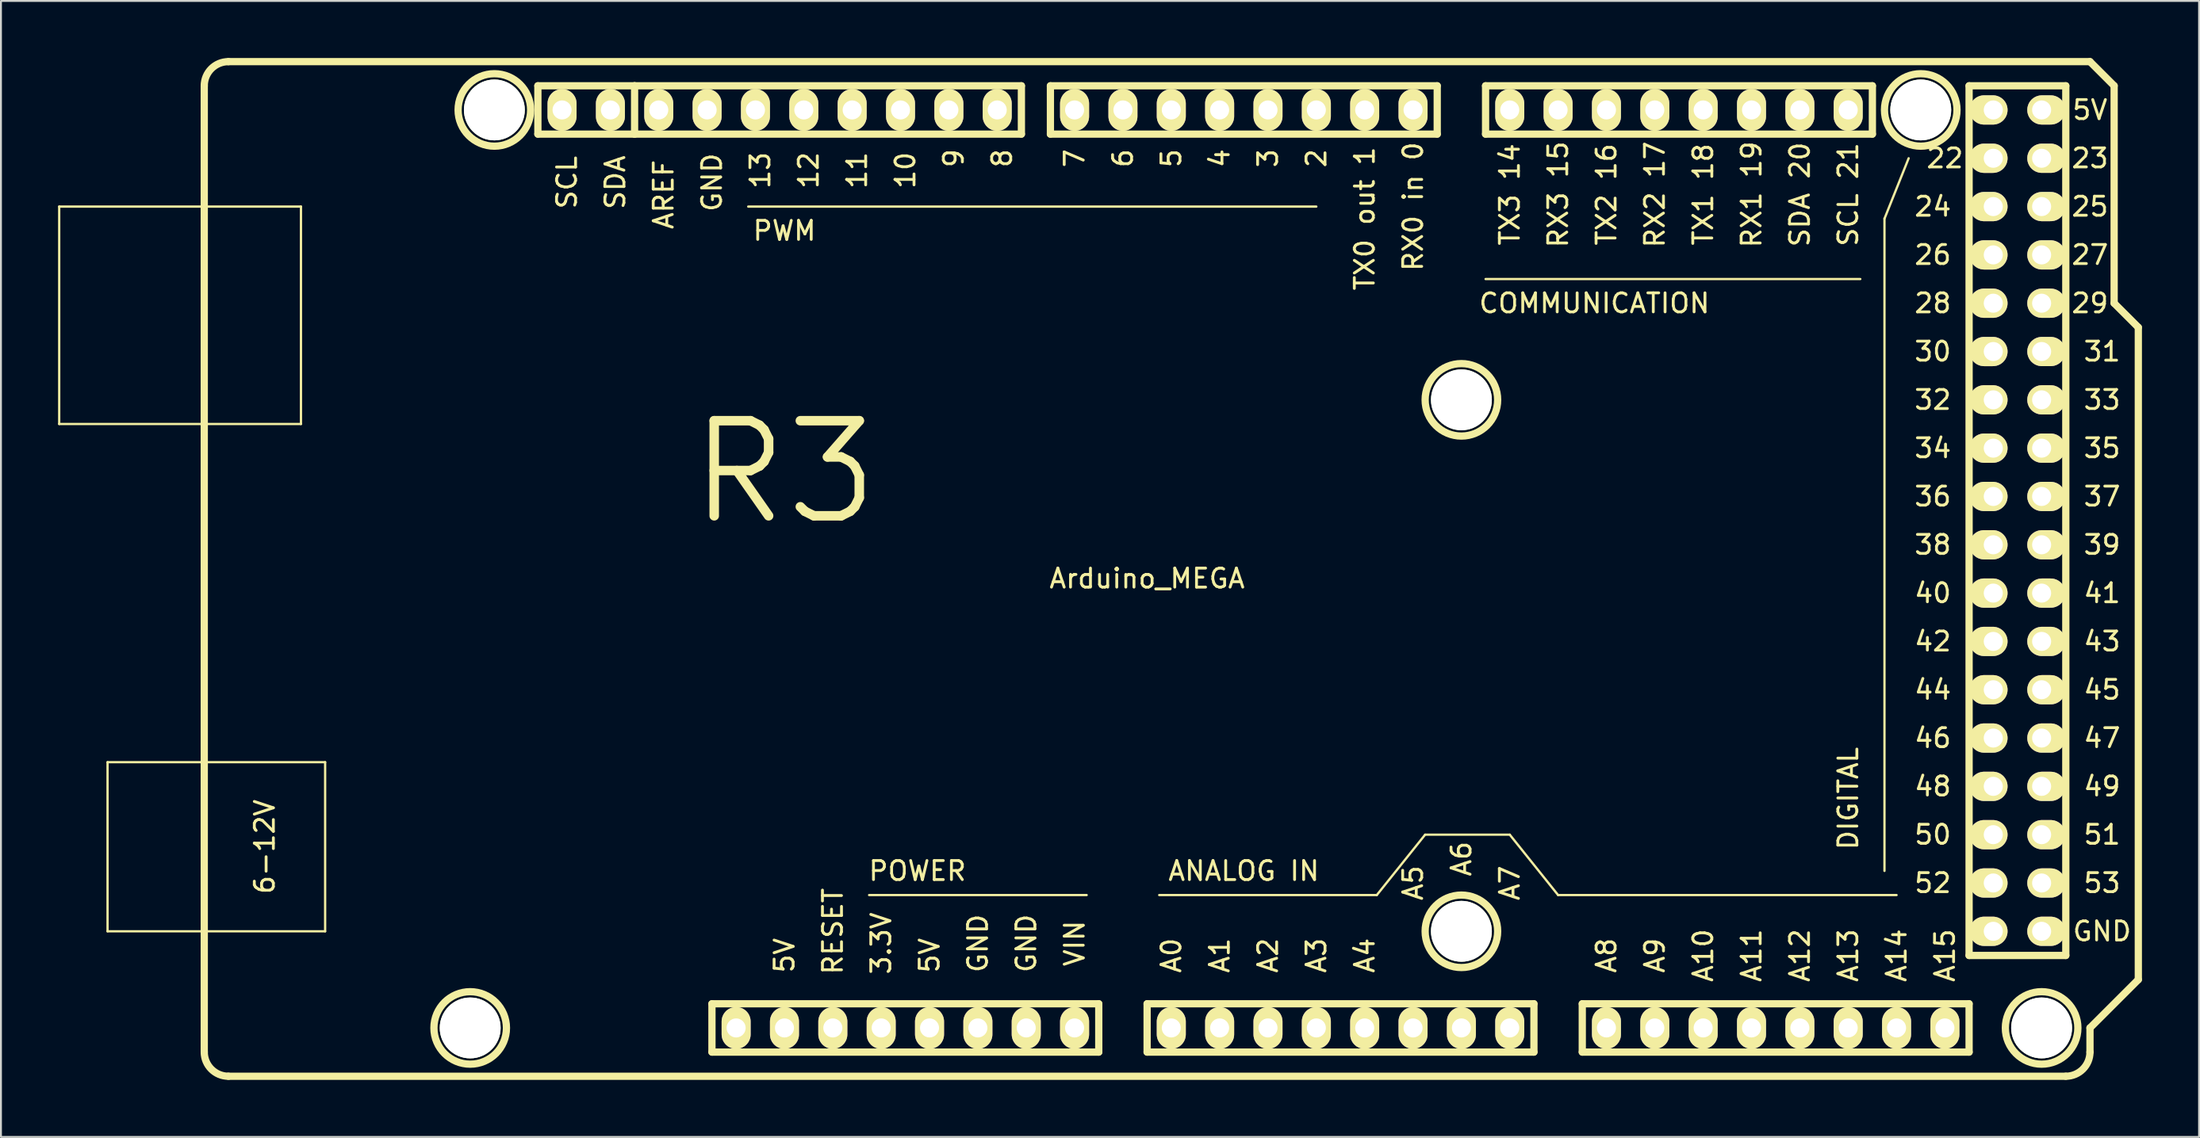
<source format=kicad_pcb>
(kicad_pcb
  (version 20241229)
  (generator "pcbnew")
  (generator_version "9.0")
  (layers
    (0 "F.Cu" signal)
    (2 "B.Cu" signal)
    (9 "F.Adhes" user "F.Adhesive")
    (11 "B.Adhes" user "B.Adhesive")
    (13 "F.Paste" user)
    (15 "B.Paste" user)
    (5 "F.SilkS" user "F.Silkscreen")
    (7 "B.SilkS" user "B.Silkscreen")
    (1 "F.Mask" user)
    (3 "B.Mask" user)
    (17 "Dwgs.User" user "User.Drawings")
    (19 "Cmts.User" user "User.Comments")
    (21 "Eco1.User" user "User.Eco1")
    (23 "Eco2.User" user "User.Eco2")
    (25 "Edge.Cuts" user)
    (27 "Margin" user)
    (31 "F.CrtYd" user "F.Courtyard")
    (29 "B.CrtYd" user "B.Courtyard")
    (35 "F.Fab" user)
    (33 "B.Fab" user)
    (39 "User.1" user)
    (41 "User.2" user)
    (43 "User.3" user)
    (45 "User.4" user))
  (footprint "Arduino_MEGA"
    (layer "F.Cu")
    (at 57.21 26.86)
    (property "Reference" "Arduino_MEGA" (at 0 0.5 0) (layer "F.SilkS") (effects (font (size 1 1) (thickness 0.15))))
    (attr through_hole)
    (fp_line (start -57.15 -19.05) (end -44.45 -19.05) (stroke (width 0.12) (type solid)) (layer "F.SilkS"))
    (fp_line (start -57.15 -7.62) (end -57.15 -19.05) (stroke (width 0.12) (type solid)) (layer "F.SilkS"))
    (fp_line (start -54.61 10.16) (end -43.18 10.16) (stroke (width 0.12) (type solid)) (layer "F.SilkS"))
    (fp_line (start -54.61 19.05) (end -54.61 10.16) (stroke (width 0.12) (type solid)) (layer "F.SilkS"))
    (fp_line (start -49.53 25.4) (end -49.53 -25.4) (stroke (width 0.381) (type solid)) (layer "F.SilkS"))
    (fp_line (start -48.26 -26.67) (end 49.53 -26.67) (stroke (width 0.381) (type solid)) (layer "F.SilkS"))
    (fp_line (start -48.26 26.67) (end 48.26 26.67) (stroke (width 0.381) (type solid)) (layer "F.SilkS"))
    (fp_line (start -44.45 -19.05) (end -44.45 -7.62) (stroke (width 0.12) (type solid)) (layer "F.SilkS"))
    (fp_line (start -44.45 -7.62) (end -57.15 -7.62) (stroke (width 0.12) (type solid)) (layer "F.SilkS"))
    (fp_line (start -43.18 10.16) (end -43.18 19.05) (stroke (width 0.12) (type solid)) (layer "F.SilkS"))
    (fp_line (start -43.18 19.05) (end -54.61 19.05) (stroke (width 0.12) (type solid)) (layer "F.SilkS"))
    (fp_line (start -32.004 -25.4) (end -32.004 -22.86) (stroke (width 0.381) (type solid)) (layer "F.SilkS"))
    (fp_line (start -32.004 -22.86) (end -26.924 -22.86) (stroke (width 0.381) (type solid)) (layer "F.SilkS"))
    (fp_line (start -26.924 -25.4) (end -32.004 -25.4) (stroke (width 0.381) (type solid)) (layer "F.SilkS"))
    (fp_line (start -26.924 -22.86) (end -26.924 -25.4) (stroke (width 0.381) (type solid)) (layer "F.SilkS"))
    (fp_line (start -22.86 25.4) (end -22.86 22.86) (stroke (width 0.381) (type solid)) (layer "F.SilkS"))
    (fp_line (start -22.86 25.4) (end -2.54 25.4) (stroke (width 0.381) (type solid)) (layer "F.SilkS"))
    (fp_line (start -14.605 17.145) (end -3.175 17.145) (stroke (width 0.12) (type solid)) (layer "F.SilkS"))
    (fp_line (start -6.604 -25.4) (end -26.924 -25.4) (stroke (width 0.381) (type solid)) (layer "F.SilkS"))
    (fp_line (start -6.604 -22.86) (end -26.924 -22.86) (stroke (width 0.381) (type solid)) (layer "F.SilkS"))
    (fp_line (start -6.604 -22.86) (end -6.604 -25.4) (stroke (width 0.381) (type solid)) (layer "F.SilkS"))
    (fp_line (start -5.08 -25.4) (end 15.24 -25.4) (stroke (width 0.381) (type solid)) (layer "F.SilkS"))
    (fp_line (start -5.08 -22.86) (end -5.08 -25.4) (stroke (width 0.381) (type solid)) (layer "F.SilkS"))
    (fp_line (start -2.54 22.86) (end -22.86 22.86) (stroke (width 0.381) (type solid)) (layer "F.SilkS"))
    (fp_line (start -2.54 22.86) (end -2.54 25.4) (stroke (width 0.381) (type solid)) (layer "F.SilkS"))
    (fp_line (start 0 22.86) (end 0 25.4) (stroke (width 0.381) (type solid)) (layer "F.SilkS"))
    (fp_line (start 0 25.4) (end 20.32 25.4) (stroke (width 0.381) (type solid)) (layer "F.SilkS"))
    (fp_line (start 0.635 17.145) (end 12.065 17.145) (stroke (width 0.12) (type solid)) (layer "F.SilkS"))
    (fp_line (start 8.89 -19.05) (end -20.955 -19.05) (stroke (width 0.12) (type solid)) (layer "F.SilkS"))
    (fp_line (start 12.065 17.145) (end 14.605 13.97) (stroke (width 0.12) (type solid)) (layer "F.SilkS"))
    (fp_line (start 14.605 13.97) (end 19.05 13.97) (stroke (width 0.12) (type solid)) (layer "F.SilkS"))
    (fp_line (start 15.24 -25.4) (end 15.24 -22.86) (stroke (width 0.381) (type solid)) (layer "F.SilkS"))
    (fp_line (start 15.24 -22.86) (end -5.08 -22.86) (stroke (width 0.381) (type solid)) (layer "F.SilkS"))
    (fp_line (start 17.78 -25.4) (end 17.78 -22.86) (stroke (width 0.381) (type solid)) (layer "F.SilkS"))
    (fp_line (start 17.78 -22.86) (end 38.1 -22.86) (stroke (width 0.381) (type solid)) (layer "F.SilkS"))
    (fp_line (start 17.78 -15.24) (end 37.465 -15.24) (stroke (width 0.12) (type solid)) (layer "F.SilkS"))
    (fp_line (start 19.05 13.97) (end 21.59 17.145) (stroke (width 0.12) (type solid)) (layer "F.SilkS"))
    (fp_line (start 20.32 22.86) (end 0 22.86) (stroke (width 0.381) (type solid)) (layer "F.SilkS"))
    (fp_line (start 20.32 25.4) (end 20.32 22.86) (stroke (width 0.381) (type solid)) (layer "F.SilkS"))
    (fp_line (start 21.59 17.145) (end 39.37 17.145) (stroke (width 0.12) (type solid)) (layer "F.SilkS"))
    (fp_line (start 22.86 22.86) (end 43.18 22.86) (stroke (width 0.381) (type solid)) (layer "F.SilkS"))
    (fp_line (start 22.86 25.4) (end 22.86 22.86) (stroke (width 0.381) (type solid)) (layer "F.SilkS"))
    (fp_line (start 38.1 -25.4) (end 17.78 -25.4) (stroke (width 0.381) (type solid)) (layer "F.SilkS"))
    (fp_line (start 38.1 -22.86) (end 38.1 -25.4) (stroke (width 0.381) (type solid)) (layer "F.SilkS"))
    (fp_line (start 38.735 15.875) (end 38.735 -18.415) (stroke (width 0.12) (type solid)) (layer "F.SilkS"))
    (fp_line (start 40.005 -21.59) (end 38.735 -18.415) (stroke (width 0.12) (type solid)) (layer "F.SilkS"))
    (fp_line (start 43.18 -25.4) (end 43.18 20.32) (stroke (width 0.381) (type solid)) (layer "F.SilkS"))
    (fp_line (start 43.18 20.32) (end 48.26 20.32) (stroke (width 0.381) (type solid)) (layer "F.SilkS"))
    (fp_line (start 43.18 22.86) (end 43.18 25.4) (stroke (width 0.381) (type solid)) (layer "F.SilkS"))
    (fp_line (start 43.18 25.4) (end 22.86 25.4) (stroke (width 0.381) (type solid)) (layer "F.SilkS"))
    (fp_line (start 48.26 -25.4) (end 43.18 -25.4) (stroke (width 0.381) (type solid)) (layer "F.SilkS"))
    (fp_line (start 48.26 20.32) (end 48.26 -25.4) (stroke (width 0.381) (type solid)) (layer "F.SilkS"))
    (fp_line (start 49.53 -26.67) (end 50.8 -25.4) (stroke (width 0.381) (type solid)) (layer "F.SilkS"))
    (fp_line (start 49.53 24.13) (end 49.53 25.4) (stroke (width 0.381) (type solid)) (layer "F.SilkS"))
    (fp_line (start 50.8 -25.4) (end 50.8 -13.97) (stroke (width 0.381) (type solid)) (layer "F.SilkS"))
    (fp_line (start 50.8 -13.97) (end 52.07 -12.7) (stroke (width 0.381) (type solid)) (layer "F.SilkS"))
    (fp_line (start 52.07 -12.7) (end 52.07 21.59) (stroke (width 0.381) (type solid)) (layer "F.SilkS"))
    (fp_line (start 52.07 21.59) (end 49.53 24.13) (stroke (width 0.381) (type solid)) (layer "F.SilkS"))
    (fp_arc (start -49.53 -25.4) (mid -49.158026 -26.298026) (end -48.26 -26.67) (stroke (width 0.381) (type solid)) (layer "F.SilkS"))
    (fp_arc (start -48.26 26.67) (mid -49.158026 26.298026) (end -49.53 25.4) (stroke (width 0.381) (type solid)) (layer "F.SilkS"))
    (fp_arc (start 49.53 25.4) (mid 49.158026 26.298026) (end 48.26 26.67) (stroke (width 0.381) (type solid)) (layer "F.SilkS"))
    (fp_circle (center -35.56 24.13) (end -33.655 24.13) (stroke (width 0.381) (type solid)) (fill no) (layer "F.SilkS"))
    (fp_circle (center -34.29 -24.13) (end -32.385 -24.13) (stroke (width 0.381) (type solid)) (fill no) (layer "F.SilkS"))
    (fp_circle (center 16.51 -8.89) (end 18.415 -8.89) (stroke (width 0.381) (type solid)) (fill no) (layer "F.SilkS"))
    (fp_circle (center 16.51 19.05) (end 18.415 19.05) (stroke (width 0.381) (type solid)) (fill no) (layer "F.SilkS"))
    (fp_circle (center 40.64 -24.13) (end 42.545 -24.13) (stroke (width 0.381) (type solid)) (fill no) (layer "F.SilkS"))
    (fp_circle (center 46.99 24.13) (end 48.895 24.13) (stroke (width 0.381) (type solid)) (fill no) (layer "F.SilkS"))
    (fp_text user "37" (at 50.165 -3.81 0) (layer "F.SilkS") (effects (font (size 1 1) (thickness 0.15))))
    (fp_text user "13" (at -20.32 -20.955 90) (layer "F.SilkS") (effects (font (size 1 1) (thickness 0.15))))
    (fp_text user "RESET" (at -16.51 19.05 90) (layer "F.SilkS") (effects (font (size 1 1) (thickness 0.15))))
    (fp_text user "49" (at 50.165 11.43 0) (layer "F.SilkS") (effects (font (size 1 1) (thickness 0.15))))
    (fp_text user "5V" (at -19.05 20.32 90) (layer "F.SilkS") (effects (font (size 1 1) (thickness 0.15))))
    (fp_text user "6" (at -1.27 -21.59 90) (layer "F.SilkS") (effects (font (size 1 1) (thickness 0.15))))
    (fp_text user "10" (at -12.7 -20.955 90) (layer "F.SilkS") (effects (font (size 1 1) (thickness 0.15))))
    (fp_text user "ANALOG IN" (at 5.08 15.875 0) (layer "F.SilkS") (effects (font (size 1 1) (thickness 0.15))))
    (fp_text user "TX3 14" (at 19.05 -19.685 90) (layer "F.SilkS") (effects (font (size 1 1) (thickness 0.15))))
    (fp_text user "24" (at 41.275 -19.05 0) (layer "F.SilkS") (effects (font (size 1 1) (thickness 0.15))))
    (fp_text user "DIGITAL" (at 36.83 12.065 90) (layer "F.SilkS") (effects (font (size 1 1) (thickness 0.15))))
    (fp_text user "51" (at 50.165 13.97 0) (layer "F.SilkS") (effects (font (size 1 1) (thickness 0.15))))
    (fp_text user "36" (at 41.275 -3.81 0) (layer "F.SilkS") (effects (font (size 1 1) (thickness 0.15))))
    (fp_text user "30" (at 41.275 -11.43 0) (layer "F.SilkS") (effects (font (size 1 1) (thickness 0.15))))
    (fp_text user "A10" (at 29.21 20.32 90) (layer "F.SilkS") (effects (font (size 1 1) (thickness 0.15))))
    (fp_text user "RX3 15" (at 21.59 -19.685 90) (layer "F.SilkS") (effects (font (size 1 1) (thickness 0.15))))
    (fp_text user "A5" (at 13.97 16.51 90) (layer "F.SilkS") (effects (font (size 1 1) (thickness 0.15))))
    (fp_text user "52" (at 41.275 16.51 0) (layer "F.SilkS") (effects (font (size 1 1) (thickness 0.15))))
    (fp_text user "A14" (at 39.37 20.32 90) (layer "F.SilkS") (effects (font (size 1 1) (thickness 0.15))))
    (fp_text user "9" (at -10.16 -21.59 90) (layer "F.SilkS") (effects (font (size 1 1) (thickness 0.15))))
    (fp_text user "SDA 20" (at 34.29 -19.685 90) (layer "F.SilkS") (effects (font (size 1 1) (thickness 0.15))))
    (fp_text user "48" (at 41.275 11.43 0) (layer "F.SilkS") (effects (font (size 1 1) (thickness 0.15))))
    (fp_text user "A11" (at 31.75 20.32 90) (layer "F.SilkS") (effects (font (size 1 1) (thickness 0.15))))
    (fp_text user "11" (at -15.24 -20.955 90) (layer "F.SilkS") (effects (font (size 1 1) (thickness 0.15))))
    (fp_text user "AREF" (at -25.4 -19.685 90) (layer "F.SilkS") (effects (font (size 1 1) (thickness 0.15))))
    (fp_text user "26" (at 41.275 -16.51 0) (layer "F.SilkS") (effects (font (size 1 1) (thickness 0.15))))
    (fp_text user "A4" (at 11.43 20.32 90) (layer "F.SilkS") (effects (font (size 1 1) (thickness 0.15))))
    (fp_text user "3" (at 6.35 -21.59 90) (layer "F.SilkS") (effects (font (size 1 1) (thickness 0.15))))
    (fp_text user "COMMUNICATION" (at 23.495 -13.97 0) (layer "F.SilkS") (effects (font (size 1 1) (thickness 0.15))))
    (fp_text user "TX2 16" (at 24.13 -19.685 90) (layer "F.SilkS") (effects (font (size 1 1) (thickness 0.15))))
    (fp_text user "PWM" (at -19.05 -17.78 0) (layer "F.SilkS") (effects (font (size 1 1) (thickness 0.15))))
    (fp_text user "3.3V" (at -13.97 19.685 90) (layer "F.SilkS") (effects (font (size 1 1) (thickness 0.15))))
    (fp_text user "53" (at 50.165 16.51 0) (layer "F.SilkS") (effects (font (size 1 1) (thickness 0.15))))
    (fp_text user "40" (at 41.275 1.27 0) (layer "F.SilkS") (effects (font (size 1 1) (thickness 0.15))))
    (fp_text user "SCL" (at -30.48 -20.32 90) (layer "F.SilkS") (effects (font (size 1 1) (thickness 0.15))))
    (fp_text user "TX1 18" (at 29.21 -19.685 90) (layer "F.SilkS") (effects (font (size 1 1) (thickness 0.15))))
    (fp_text user "31" (at 50.165 -11.43 0) (layer "F.SilkS") (effects (font (size 1 1) (thickness 0.15))))
    (fp_text user "RX2 17" (at 26.67 -19.685 90) (layer "F.SilkS") (effects (font (size 1 1) (thickness 0.15))))
    (fp_text user "50" (at 41.275 13.97 0) (layer "F.SilkS") (effects (font (size 1 1) (thickness 0.15))))
    (fp_text user "GND" (at -8.89 19.685 90) (layer "F.SilkS") (effects (font (size 1 1) (thickness 0.15))))
    (fp_text user "A8" (at 24.13 20.32 90) (layer "F.SilkS") (effects (font (size 1 1) (thickness 0.15))))
    (fp_text user "GND" (at -22.86 -20.32 90) (layer "F.SilkS") (effects (font (size 1 1) (thickness 0.15))))
    (fp_text user "22" (at 41.91 -21.59 0) (layer "F.SilkS") (effects (font (size 1 1) (thickness 0.15))))
    (fp_text user "GND" (at 50.165 19.05 0) (layer "F.SilkS") (effects (font (size 1 1) (thickness 0.15))))
    (fp_text user "A1" (at 3.81 20.32 90) (layer "F.SilkS") (effects (font (size 1 1) (thickness 0.15))))
    (fp_text user "SDA" (at -27.94 -20.32 90) (layer "F.SilkS") (effects (font (size 1 1) (thickness 0.15))))
    (fp_text user "29" (at 49.53 -13.97 0) (layer "F.SilkS") (effects (font (size 1 1) (thickness 0.15))))
    (fp_text user "42" (at 41.275 3.81 0) (layer "F.SilkS") (effects (font (size 1 1) (thickness 0.15))))
    (fp_text user "A13" (at 36.83 20.32 90) (layer "F.SilkS") (effects (font (size 1 1) (thickness 0.15))))
    (fp_text user "A6" (at 16.51 15.24 90) (layer "F.SilkS") (effects (font (size 1 1) (thickness 0.15))))
    (fp_text user "5" (at 1.27 -21.59 90) (layer "F.SilkS") (effects (font (size 1 1) (thickness 0.15))))
    (fp_text user "TX0 out 1" (at 11.43 -18.415 90) (layer "F.SilkS") (effects (font (size 1 1) (thickness 0.15))))
    (fp_text user "46" (at 41.275 8.89 0) (layer "F.SilkS") (effects (font (size 1 1) (thickness 0.15))))
    (fp_text user "41" (at 50.165 1.27 0) (layer "F.SilkS") (effects (font (size 1 1) (thickness 0.15))))
    (fp_text user "44" (at 41.275 6.35 0) (layer "F.SilkS") (effects (font (size 1 1) (thickness 0.15))))
    (fp_text user "5V" (at -11.43 20.32 90) (layer "F.SilkS") (effects (font (size 1 1) (thickness 0.15))))
    (fp_text user "GND" (at -6.35 19.685 90) (layer "F.SilkS") (effects (font (size 1 1) (thickness 0.15))))
    (fp_text user "A2" (at 6.35 20.32 90) (layer "F.SilkS") (effects (font (size 1 1) (thickness 0.15))))
    (fp_text user "R3" (at -19.05 -5.08 0) (layer "F.SilkS") (effects (font (size 5 5) (thickness 0.5))))
    (fp_text user "5V" (at 49.53 -24.13 0) (layer "F.SilkS") (effects (font (size 1 1) (thickness 0.15))))
    (fp_text user "A15" (at 41.91 20.32 90) (layer "F.SilkS") (effects (font (size 1 1) (thickness 0.15))))
    (fp_text user "23" (at 49.53 -21.59 0) (layer "F.SilkS") (effects (font (size 1 1) (thickness 0.15))))
    (fp_text user "2" (at 8.89 -21.59 90) (layer "F.SilkS") (effects (font (size 1 1) (thickness 0.15))))
    (fp_text user "45" (at 50.165 6.35 0) (layer "F.SilkS") (effects (font (size 1 1) (thickness 0.15))))
    (fp_text user "A9" (at 26.67 20.32 90) (layer "F.SilkS") (effects (font (size 1 1) (thickness 0.15))))
    (fp_text user "POWER" (at -12.065 15.875 0) (layer "F.SilkS") (effects (font (size 1 1) (thickness 0.15))))
    (fp_text user "28" (at 41.275 -13.97 0) (layer "F.SilkS") (effects (font (size 1 1) (thickness 0.15))))
    (fp_text user "39" (at 50.165 -1.27 0) (layer "F.SilkS") (effects (font (size 1 1) (thickness 0.15))))
    (fp_text user "47" (at 50.165 8.89 0) (layer "F.SilkS") (effects (font (size 1 1) (thickness 0.15))))
    (fp_text user "A0" (at 1.27 20.32 90) (layer "F.SilkS") (effects (font (size 1 1) (thickness 0.15))))
    (fp_text user "A3" (at 8.89 20.32 90) (layer "F.SilkS") (effects (font (size 1 1) (thickness 0.15))))
    (fp_text user "38" (at 41.275 -1.27 0) (layer "F.SilkS") (effects (font (size 1 1) (thickness 0.15))))
    (fp_text user "35" (at 50.165 -6.35 0) (layer "F.SilkS") (effects (font (size 1 1) (thickness 0.15))))
    (fp_text user "43" (at 50.165 3.81 0) (layer "F.SilkS") (effects (font (size 1 1) (thickness 0.15))))
    (fp_text user "RX1 19" (at 31.75 -19.685 90) (layer "F.SilkS") (effects (font (size 1 1) (thickness 0.15))))
    (fp_text user "4" (at 3.81 -21.59 90) (layer "F.SilkS") (effects (font (size 1 1) (thickness 0.15))))
    (fp_text user "33" (at 50.165 -8.89 0) (layer "F.SilkS") (effects (font (size 1 1) (thickness 0.15))))
    (fp_text user "VIN" (at -3.81 19.685 90) (layer "F.SilkS") (effects (font (size 1 1) (thickness 0.15))))
    (fp_text user "25" (at 49.53 -19.05 0) (layer "F.SilkS") (effects (font (size 1 1) (thickness 0.15))))
    (fp_text user "6-12V" (at -46.355 14.605 90) (layer "F.SilkS") (effects (font (size 1 1) (thickness 0.15))))
    (fp_text user "SCL 21" (at 36.83 -19.685 90) (layer "F.SilkS") (effects (font (size 1 1) (thickness 0.15))))
    (fp_text user "A12" (at 34.29 20.32 90) (layer "F.SilkS") (effects (font (size 1 1) (thickness 0.15))))
    (fp_text user "8" (at -7.62 -21.59 90) (layer "F.SilkS") (effects (font (size 1 1) (thickness 0.15))))
    (fp_text user "27" (at 49.53 -16.51 0) (layer "F.SilkS") (effects (font (size 1 1) (thickness 0.15))))
    (fp_text user "34" (at 41.275 -6.35 0) (layer "F.SilkS") (effects (font (size 1 1) (thickness 0.15))))
    (fp_text user "RX0 in 0" (at 13.97 -19.05 90) (layer "F.SilkS") (effects (font (size 1 1) (thickness 0.15))))
    (fp_text user "12" (at -17.78 -20.955 90) (layer "F.SilkS") (effects (font (size 1 1) (thickness 0.15))))
    (fp_text user "7" (at -3.81 -21.59 90) (layer "F.SilkS") (effects (font (size 1 1) (thickness 0.15))))
    (fp_text user "32" (at 41.275 -8.89 0) (layer "F.SilkS") (effects (font (size 1 1) (thickness 0.15))))
    (fp_text user "A7" (at 19.05 16.51 90) (layer "F.SilkS") (effects (font (size 1 1) (thickness 0.15))))
    (pad "" np_thru_hole circle (at -35.56 24.13) (size 3.198 3.198) (drill 3.198) (layers "*.Cu" "*.Mask" "F.SilkS"))
    (pad "" np_thru_hole circle (at -34.29 -24.13) (size 3.198 3.198) (drill 3.198) (layers "*.Cu" "*.Mask" "F.SilkS"))
    (pad "" np_thru_hole circle (at 16.51 -8.89) (size 3.198 3.198) (drill 3.198) (layers "*.Cu" "*.Mask" "F.SilkS"))
    (pad "" np_thru_hole circle (at 16.51 19.05) (size 3.198 3.198) (drill 3.198) (layers "*.Cu" "*.Mask" "F.SilkS"))
    (pad "" np_thru_hole circle (at 40.64 -24.13) (size 3.198 3.198) (drill 3.198) (layers "*.Cu" "*.Mask" "F.SilkS"))
    (pad "" np_thru_hole circle (at 46.99 24.13) (size 3.198 3.198) (drill 3.198) (layers "*.Cu" "*.Mask" "F.SilkS"))
    (pad "1" thru_hole oval (at -21.59 24.13) (size 1.524 2.2) (drill 1.001) (layers "*.Cu" "*.Mask" "F.SilkS"))
    (pad "2" thru_hole oval (at -19.05 24.13) (size 1.524 2.2) (drill 1.001) (layers "*.Cu" "*.Mask" "F.SilkS"))
    (pad "3" thru_hole oval (at -16.51 24.13) (size 1.524 2.2) (drill 1.001) (layers "*.Cu" "*.Mask" "F.SilkS"))
    (pad "4" thru_hole oval (at -13.97 24.13) (size 1.524 2.2) (drill 1.001) (layers "*.Cu" "*.Mask" "F.SilkS"))
    (pad "5" thru_hole oval (at -11.43 24.13) (size 1.524 2.2) (drill 1.001) (layers "*.Cu" "*.Mask" "F.SilkS"))
    (pad "6" thru_hole oval (at -8.89 24.13) (size 1.524 2.2) (drill 1.001) (layers "*.Cu" "*.Mask" "F.SilkS"))
    (pad "7" thru_hole oval (at -6.35 24.13) (size 1.524 2.2) (drill 1.001) (layers "*.Cu" "*.Mask" "F.SilkS"))
    (pad "8" thru_hole oval (at -3.81 24.13) (size 1.524 2.2) (drill 1.001) (layers "*.Cu" "*.Mask" "F.SilkS"))
    (pad "9" thru_hole oval (at 1.27 24.13) (size 1.524 2.2) (drill 1.001) (layers "*.Cu" "*.Mask" "F.SilkS"))
    (pad "10" thru_hole oval (at 3.81 24.13) (size 1.524 2.2) (drill 1.001) (layers "*.Cu" "*.Mask" "F.SilkS"))
    (pad "11" thru_hole oval (at 6.35 24.13) (size 1.524 2.2) (drill 1.001) (layers "*.Cu" "*.Mask" "F.SilkS"))
    (pad "12" thru_hole oval (at 8.89 24.13) (size 1.524 2.2) (drill 1.001) (layers "*.Cu" "*.Mask" "F.SilkS"))
    (pad "13" thru_hole oval (at 11.43 24.13) (size 1.524 2.2) (drill 1.001) (layers "*.Cu" "*.Mask" "F.SilkS"))
    (pad "14" thru_hole oval (at 13.97 24.13) (size 1.524 2.2) (drill 1.001) (layers "*.Cu" "*.Mask" "F.SilkS"))
    (pad "15" thru_hole oval (at 16.51 24.13) (size 1.524 2.2) (drill 1.001) (layers "*.Cu" "*.Mask" "F.SilkS"))
    (pad "16" thru_hole oval (at 19.05 24.13) (size 1.524 2.2) (drill 1.001) (layers "*.Cu" "*.Mask" "F.SilkS"))
    (pad "17" thru_hole oval (at 24.13 24.13) (size 1.524 2.2) (drill 1.001) (layers "*.Cu" "*.Mask" "F.SilkS"))
    (pad "18" thru_hole oval (at 26.67 24.13) (size 1.524 2.2) (drill 1.001) (layers "*.Cu" "*.Mask" "F.SilkS"))
    (pad "19" thru_hole oval (at 29.21 24.13) (size 1.524 2.2) (drill 1.001) (layers "*.Cu" "*.Mask" "F.SilkS"))
    (pad "20" thru_hole oval (at 31.75 24.13) (size 1.524 2.197) (drill 1.001) (layers "*.Cu" "*.Mask" "F.SilkS"))
    (pad "21" thru_hole oval (at 34.29 24.13) (size 1.524 2.197) (drill 1.001) (layers "*.Cu" "*.Mask" "F.SilkS"))
    (pad "22" thru_hole oval (at 36.83 24.13) (size 1.524 2.197) (drill 1.001) (layers "*.Cu" "*.Mask" "F.SilkS"))
    (pad "23" thru_hole oval (at 39.37 24.13) (size 1.524 2.197) (drill 1.001) (layers "*.Cu" "*.Mask" "F.SilkS"))
    (pad "24" thru_hole oval (at 41.91 24.13) (size 1.524 2.197) (drill 1.001) (layers "*.Cu" "*.Mask" "F.SilkS"))
    (pad "25" thru_hole oval (at 44.45 19.05) (size 1.999 1.539) (drill 1.001 (offset -0.249 0)) (layers "*.Cu" "*.Mask" "F.SilkS"))
    (pad "26" thru_hole oval (at 44.45 16.51) (size 1.999 1.539) (drill 1.001 (offset -0.249 0)) (layers "*.Cu" "*.Mask" "F.SilkS"))
    (pad "27" thru_hole oval (at 44.45 13.97) (size 1.999 1.539) (drill 1.001 (offset -0.249 0)) (layers "*.Cu" "*.Mask" "F.SilkS"))
    (pad "28" thru_hole oval (at 44.45 11.43) (size 1.999 1.539) (drill 1.001 (offset -0.249 0)) (layers "*.Cu" "*.Mask" "F.SilkS"))
    (pad "29" thru_hole oval (at 44.45 8.89) (size 1.999 1.539) (drill 1.001 (offset -0.249 0)) (layers "*.Cu" "*.Mask" "F.SilkS"))
    (pad "30" thru_hole oval (at 44.45 6.35) (size 1.999 1.539) (drill 1.001 (offset -0.249 0)) (layers "*.Cu" "*.Mask" "F.SilkS"))
    (pad "31" thru_hole oval (at 44.45 3.81) (size 1.999 1.539) (drill 1.001 (offset -0.249 0)) (layers "*.Cu" "*.Mask" "F.SilkS"))
    (pad "32" thru_hole oval (at 44.45 1.27) (size 1.999 1.539) (drill 1.001 (offset -0.249 0)) (layers "*.Cu" "*.Mask" "F.SilkS"))
    (pad "33" thru_hole oval (at 44.45 -1.27) (size 1.999 1.539) (drill 1.001 (offset -0.249 0)) (layers "*.Cu" "*.Mask" "F.SilkS"))
    (pad "34" thru_hole oval (at 44.45 -3.81) (size 1.999 1.539) (drill 1.001 (offset -0.249 0)) (layers "*.Cu" "*.Mask" "F.SilkS"))
    (pad "35" thru_hole oval (at 44.45 -6.35) (size 1.999 1.539) (drill 1.001 (offset -0.249 0)) (layers "*.Cu" "*.Mask" "F.SilkS"))
    (pad "36" thru_hole oval (at 44.45 -8.89) (size 1.999 1.539) (drill 1.001 (offset -0.249 0)) (layers "*.Cu" "*.Mask" "F.SilkS"))
    (pad "37" thru_hole oval (at 44.45 -11.43) (size 1.999 1.539) (drill 1.001 (offset -0.249 0)) (layers "*.Cu" "*.Mask" "F.SilkS"))
    (pad "38" thru_hole oval (at 44.45 -13.97) (size 1.999 1.539) (drill 1.001 (offset -0.249 0)) (layers "*.Cu" "*.Mask" "F.SilkS"))
    (pad "39" thru_hole oval (at 44.45 -16.51) (size 1.999 1.539) (drill 1.001 (offset -0.249 0)) (layers "*.Cu" "*.Mask" "F.SilkS"))
    (pad "40" thru_hole oval (at 44.45 -19.05) (size 1.999 1.539) (drill 1.001 (offset -0.249 0)) (layers "*.Cu" "*.Mask" "F.SilkS"))
    (pad "41" thru_hole oval (at 44.45 -21.59) (size 1.999 1.539) (drill 1.001 (offset -0.249 0)) (layers "*.Cu" "*.Mask" "F.SilkS"))
    (pad "42" thru_hole oval (at 44.45 -24.13) (size 1.999 1.539) (drill 1.001 (offset -0.249 0)) (layers "*.Cu" "*.Mask" "F.SilkS"))
    (pad "43" thru_hole oval (at 46.99 19.05) (size 1.999 1.537) (drill 1.001 (offset 0.246 0)) (layers "*.Cu" "*.Mask" "F.SilkS"))
    (pad "44" thru_hole oval (at 46.99 16.51) (size 1.999 1.537) (drill 1.001 (offset 0.246 0)) (layers "*.Cu" "*.Mask" "F.SilkS"))
    (pad "45" thru_hole oval (at 46.99 13.97) (size 1.999 1.537) (drill 1.001 (offset 0.246 0)) (layers "*.Cu" "*.Mask" "F.SilkS"))
    (pad "46" thru_hole oval (at 46.99 11.43) (size 1.999 1.537) (drill 1.001 (offset 0.246 0)) (layers "*.Cu" "*.Mask" "F.SilkS"))
    (pad "47" thru_hole oval (at 46.99 8.89) (size 1.999 1.537) (drill 1.001 (offset 0.246 0)) (layers "*.Cu" "*.Mask" "F.SilkS"))
    (pad "48" thru_hole oval (at 46.99 6.35) (size 1.999 1.537) (drill 1.001 (offset 0.246 0)) (layers "*.Cu" "*.Mask" "F.SilkS"))
    (pad "49" thru_hole oval (at 46.99 3.81) (size 1.999 1.537) (drill 1.001 (offset 0.246 0)) (layers "*.Cu" "*.Mask" "F.SilkS"))
    (pad "50" thru_hole oval (at 46.99 1.27) (size 1.999 1.537) (drill 1.001 (offset 0.246 0)) (layers "*.Cu" "*.Mask" "F.SilkS"))
    (pad "51" thru_hole oval (at 46.99 -1.27) (size 1.999 1.537) (drill 1.001 (offset 0.246 0)) (layers "*.Cu" "*.Mask" "F.SilkS"))
    (pad "52" thru_hole oval (at 46.99 -3.81) (size 1.999 1.537) (drill 1.001 (offset 0.246 0)) (layers "*.Cu" "*.Mask" "F.SilkS"))
    (pad "53" thru_hole oval (at 46.99 -6.35) (size 1.999 1.537) (drill 1.001 (offset 0.246 0)) (layers "*.Cu" "*.Mask" "F.SilkS"))
    (pad "54" thru_hole oval (at 46.99 -8.89) (size 1.999 1.537) (drill 1.001 (offset 0.246 0)) (layers "*.Cu" "*.Mask" "F.SilkS"))
    (pad "55" thru_hole oval (at 46.99 -11.43) (size 1.999 1.537) (drill 1.001 (offset 0.246 0)) (layers "*.Cu" "*.Mask" "F.SilkS"))
    (pad "56" thru_hole oval (at 46.99 -13.97) (size 1.999 1.537) (drill 1.001 (offset 0.246 0)) (layers "*.Cu" "*.Mask" "F.SilkS"))
    (pad "57" thru_hole oval (at 46.99 -16.51) (size 1.999 1.537) (drill 1.001 (offset 0.246 0)) (layers "*.Cu" "*.Mask" "F.SilkS"))
    (pad "58" thru_hole oval (at 46.99 -19.05) (size 1.999 1.537) (drill 1.001 (offset 0.246 0)) (layers "*.Cu" "*.Mask" "F.SilkS"))
    (pad "59" thru_hole oval (at 46.99 -21.59) (size 1.999 1.537) (drill 1.001 (offset 0.246 0)) (layers "*.Cu" "*.Mask" "F.SilkS"))
    (pad "60" thru_hole oval (at 46.99 -24.13) (size 1.999 1.537) (drill 1.001 (offset 0.246 0)) (layers "*.Cu" "*.Mask" "F.SilkS"))
    (pad "61" thru_hole oval (at 36.83 -24.13) (size 1.524 2.197) (drill 1.001) (layers "*.Cu" "*.Mask" "F.SilkS"))
    (pad "62" thru_hole oval (at 34.29 -24.13) (size 1.524 2.197) (drill 1.001) (layers "*.Cu" "*.Mask" "F.SilkS"))
    (pad "63" thru_hole oval (at 31.75 -24.13) (size 1.524 2.197) (drill 1.001) (layers "*.Cu" "*.Mask" "F.SilkS"))
    (pad "64" thru_hole oval (at 29.21 -24.13) (size 1.524 2.197) (drill 1.001) (layers "*.Cu" "*.Mask" "F.SilkS"))
    (pad "65" thru_hole oval (at 26.67 -24.13) (size 1.524 2.197) (drill 1.001) (layers "*.Cu" "*.Mask" "F.SilkS"))
    (pad "66" thru_hole oval (at 24.13 -24.13) (size 1.524 2.197) (drill 1.001) (layers "*.Cu" "*.Mask" "F.SilkS"))
    (pad "67" thru_hole oval (at 21.59 -24.13) (size 1.524 2.197) (drill 1.001) (layers "*.Cu" "*.Mask" "F.SilkS"))
    (pad "68" thru_hole oval (at 19.05 -24.13) (size 1.524 2.197) (drill 1.001) (layers "*.Cu" "*.Mask" "F.SilkS"))
    (pad "69" thru_hole oval (at 13.97 -24.13) (size 1.524 2.197) (drill 1.001) (layers "*.Cu" "*.Mask" "F.SilkS"))
    (pad "70" thru_hole oval (at 11.43 -24.13) (size 1.524 2.197) (drill 1.001) (layers "*.Cu" "*.Mask" "F.SilkS"))
    (pad "71" thru_hole oval (at 8.89 -24.13) (size 1.524 2.197) (drill 1.001) (layers "*.Cu" "*.Mask" "F.SilkS"))
    (pad "72" thru_hole oval (at 6.35 -24.13) (size 1.524 2.197) (drill 1.001) (layers "*.Cu" "*.Mask" "F.SilkS"))
    (pad "73" thru_hole oval (at 3.81 -24.13) (size 1.524 2.197) (drill 1.001) (layers "*.Cu" "*.Mask" "F.SilkS"))
    (pad "74" thru_hole oval (at 1.27 -24.13) (size 1.524 2.197) (drill 1.001) (layers "*.Cu" "*.Mask" "F.SilkS"))
    (pad "75" thru_hole oval (at -1.27 -24.13) (size 1.524 2.197) (drill 1.001) (layers "*.Cu" "*.Mask" "F.SilkS"))
    (pad "76" thru_hole oval (at -3.81 -24.13) (size 1.524 2.197) (drill 1.001) (layers "*.Cu" "*.Mask" "F.SilkS"))
    (pad "77" thru_hole oval (at -7.874 -24.13) (size 1.524 2.197) (drill 1.001) (layers "*.Cu" "*.Mask" "F.SilkS"))
    (pad "78" thru_hole oval (at -10.414 -24.13) (size 1.524 2.197) (drill 1.001) (layers "*.Cu" "*.Mask" "F.SilkS"))
    (pad "79" thru_hole oval (at -12.954 -24.13) (size 1.524 2.197) (drill 1.001) (layers "*.Cu" "*.Mask" "F.SilkS"))
    (pad "80" thru_hole oval (at -15.494 -24.13) (size 1.524 2.197) (drill 1.001) (layers "*.Cu" "*.Mask" "F.SilkS"))
    (pad "81" thru_hole oval (at -18.034 -24.13) (size 1.524 2.197) (drill 1.001) (layers "*.Cu" "*.Mask" "F.SilkS"))
    (pad "82" thru_hole oval (at -20.574 -24.13) (size 1.524 2.197) (drill 1.001) (layers "*.Cu" "*.Mask" "F.SilkS"))
    (pad "83" thru_hole oval (at -23.114 -24.13) (size 1.524 2.197) (drill 1.001) (layers "*.Cu" "*.Mask" "F.SilkS"))
    (pad "84" thru_hole oval (at -25.654 -24.13) (size 1.524 2.197) (drill 1.001) (layers "*.Cu" "*.Mask" "F.SilkS"))
    (pad "85" thru_hole oval (at -28.194 -24.13) (size 1.524 2.197) (drill 1.001) (layers "*.Cu" "*.Mask" "F.SilkS"))
    (pad "86" thru_hole oval (at -30.734 -24.13) (size 1.524 2.197) (drill 1.001) (layers "*.Cu" "*.Mask" "F.SilkS")))
  (gr_rect
    (start -3 -3)
    (end 112.471 56.721)
    (stroke (width 0.1) (type default))
    (fill no)
    (layer "Edge.Cuts")))
</source>
